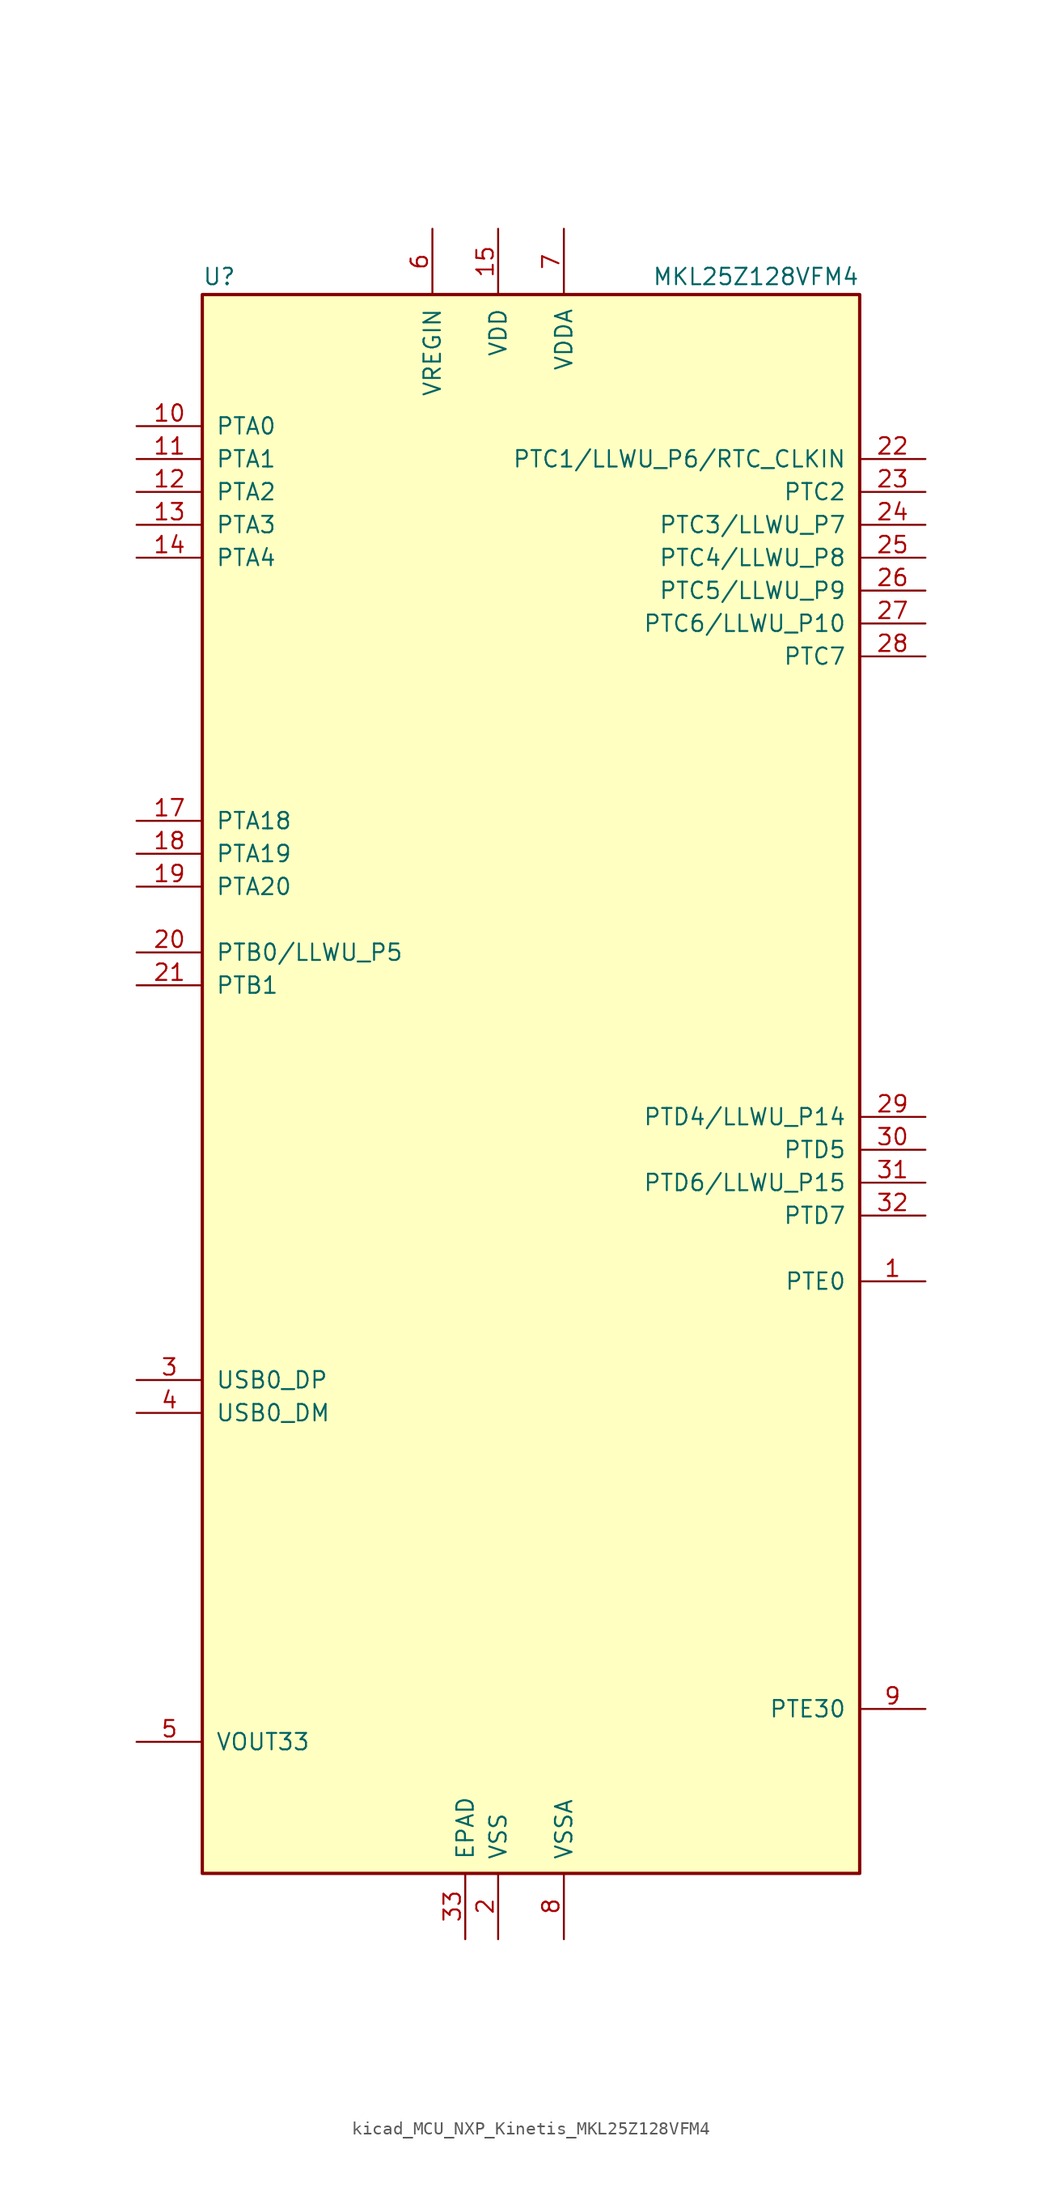
<source format=kicad_sym>
(kicad_symbol_lib
  (version 20220914)
  (generator kicad_symbol_editor)
  (symbol "kicad_MCU_NXP_Kinetis_MKL25Z128VFM4"
    (pin_names
      (offset 1.016))
    (property "Reference" "U"
      (at -25.4 61.595 0)
      (effects (font (size 1.27 1.27)) (justify left bottom)))
    (property "Value" "MKL25Z128VFM4"
      (at 25.4 61.595 0)
      (effects (font (size 1.27 1.27)) (justify right bottom)))
    (symbol "kicad_MCU_NXP_Kinetis_MKL25Z128VFM4_0_1"
      (rectangle (start -25.4 60.96) (end 25.4 -60.96) (stroke (width 0.254) (type default)) (fill (type background))))
    (symbol "kicad_MCU_NXP_Kinetis_MKL25Z128VFM4_1_1"
      (pin bidirectional line (at 30.48 -15.24 180) (length 5.08) (name "PTE0" (effects (font (size 1.27 1.27)))) (number "1" (effects (font (size 1.27 1.27)))))
      (pin bidirectional line (at -30.48 50.8 0) (length 5.08) (name "PTA0" (effects (font (size 1.27 1.27)))) (number "10" (effects (font (size 1.27 1.27)))))
      (pin bidirectional line (at -30.48 48.26 0) (length 5.08) (name "PTA1" (effects (font (size 1.27 1.27)))) (number "11" (effects (font (size 1.27 1.27)))))
      (pin bidirectional line (at -30.48 45.72 0) (length 5.08) (name "PTA2" (effects (font (size 1.27 1.27)))) (number "12" (effects (font (size 1.27 1.27)))))
      (pin bidirectional line (at -30.48 43.18 0) (length 5.08) (name "PTA3" (effects (font (size 1.27 1.27)))) (number "13" (effects (font (size 1.27 1.27)))))
      (pin bidirectional line (at -30.48 40.64 0) (length 5.08) (name "PTA4" (effects (font (size 1.27 1.27)))) (number "14" (effects (font (size 1.27 1.27)))))
      (pin power_in line (at -2.54 66.04 270) (length 5.08) (name "VDD" (effects (font (size 1.27 1.27)))) (number "15" (effects (font (size 1.27 1.27)))))
      (pin passive line (at -2.54 -66.04 90) (length 5.08) hide (name "VSS" (effects (font (size 1.27 1.27)))) (number "16" (effects (font (size 1.27 1.27)))))
      (pin bidirectional line (at -30.48 20.32 0) (length 5.08) (name "PTA18" (effects (font (size 1.27 1.27)))) (number "17" (effects (font (size 1.27 1.27)))))
      (pin bidirectional line (at -30.48 17.78 0) (length 5.08) (name "PTA19" (effects (font (size 1.27 1.27)))) (number "18" (effects (font (size 1.27 1.27)))))
      (pin bidirectional line (at -30.48 15.24 0) (length 5.08) (name "PTA20" (effects (font (size 1.27 1.27)))) (number "19" (effects (font (size 1.27 1.27)))))
      (pin power_in line (at -2.54 -66.04 90) (length 5.08) (name "VSS" (effects (font (size 1.27 1.27)))) (number "2" (effects (font (size 1.27 1.27)))))
      (pin bidirectional line (at -30.48 10.16 0) (length 5.08) (name "PTB0/LLWU_P5" (effects (font (size 1.27 1.27)))) (number "20" (effects (font (size 1.27 1.27)))))
      (pin bidirectional line (at -30.48 7.62 0) (length 5.08) (name "PTB1" (effects (font (size 1.27 1.27)))) (number "21" (effects (font (size 1.27 1.27)))))
      (pin bidirectional line (at 30.48 48.26 180) (length 5.08) (name "PTC1/LLWU_P6/RTC_CLKIN" (effects (font (size 1.27 1.27)))) (number "22" (effects (font (size 1.27 1.27)))))
      (pin bidirectional line (at 30.48 45.72 180) (length 5.08) (name "PTC2" (effects (font (size 1.27 1.27)))) (number "23" (effects (font (size 1.27 1.27)))))
      (pin bidirectional line (at 30.48 43.18 180) (length 5.08) (name "PTC3/LLWU_P7" (effects (font (size 1.27 1.27)))) (number "24" (effects (font (size 1.27 1.27)))))
      (pin bidirectional line (at 30.48 40.64 180) (length 5.08) (name "PTC4/LLWU_P8" (effects (font (size 1.27 1.27)))) (number "25" (effects (font (size 1.27 1.27)))))
      (pin bidirectional line (at 30.48 38.1 180) (length 5.08) (name "PTC5/LLWU_P9" (effects (font (size 1.27 1.27)))) (number "26" (effects (font (size 1.27 1.27)))))
      (pin bidirectional line (at 30.48 35.56 180) (length 5.08) (name "PTC6/LLWU_P10" (effects (font (size 1.27 1.27)))) (number "27" (effects (font (size 1.27 1.27)))))
      (pin bidirectional line (at 30.48 33.02 180) (length 5.08) (name "PTC7" (effects (font (size 1.27 1.27)))) (number "28" (effects (font (size 1.27 1.27)))))
      (pin bidirectional line (at 30.48 -2.54 180) (length 5.08) (name "PTD4/LLWU_P14" (effects (font (size 1.27 1.27)))) (number "29" (effects (font (size 1.27 1.27)))))
      (pin bidirectional line (at -30.48 -22.86 0) (length 5.08) (name "USB0_DP" (effects (font (size 1.27 1.27)))) (number "3" (effects (font (size 1.27 1.27)))))
      (pin bidirectional line (at 30.48 -5.08 180) (length 5.08) (name "PTD5" (effects (font (size 1.27 1.27)))) (number "30" (effects (font (size 1.27 1.27)))))
      (pin bidirectional line (at 30.48 -7.62 180) (length 5.08) (name "PTD6/LLWU_P15" (effects (font (size 1.27 1.27)))) (number "31" (effects (font (size 1.27 1.27)))))
      (pin bidirectional line (at 30.48 -10.16 180) (length 5.08) (name "PTD7" (effects (font (size 1.27 1.27)))) (number "32" (effects (font (size 1.27 1.27)))))
      (pin power_in line (at -5.08 -66.04 90) (length 5.08) (name "EPAD" (effects (font (size 1.27 1.27)))) (number "33" (effects (font (size 1.27 1.27)))))
      (pin bidirectional line (at -30.48 -25.4 0) (length 5.08) (name "USB0_DM" (effects (font (size 1.27 1.27)))) (number "4" (effects (font (size 1.27 1.27)))))
      (pin power_out line (at -30.48 -50.8 0) (length 5.08) (name "VOUT33" (effects (font (size 1.27 1.27)))) (number "5" (effects (font (size 1.27 1.27)))))
      (pin power_in line (at -7.62 66.04 270) (length 5.08) (name "VREGIN" (effects (font (size 1.27 1.27)))) (number "6" (effects (font (size 1.27 1.27)))))
      (pin power_in line (at 2.54 66.04 270) (length 5.08) (name "VDDA" (effects (font (size 1.27 1.27)))) (number "7" (effects (font (size 1.27 1.27)))))
      (pin power_in line (at 2.54 -66.04 90) (length 5.08) (name "VSSA" (effects (font (size 1.27 1.27)))) (number "8" (effects (font (size 1.27 1.27)))))
      (pin bidirectional line (at 30.48 -48.26 180) (length 5.08) (name "PTE30" (effects (font (size 1.27 1.27)))) (number "9" (effects (font (size 1.27 1.27))))))))
</source>
